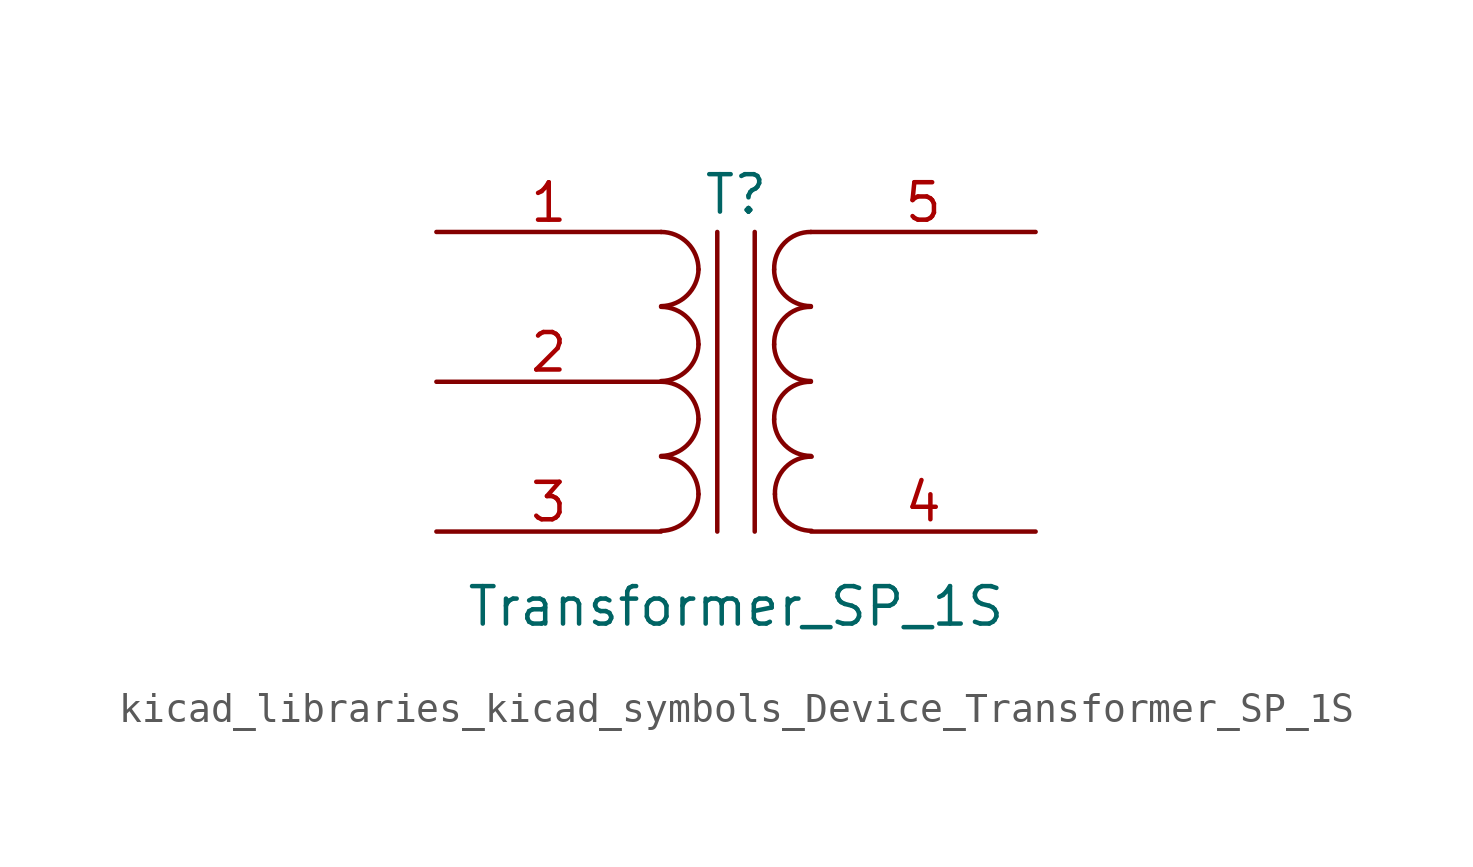
<source format=kicad_sym>
(kicad_symbol_lib
  (version 20220914)
  (generator kicad_symbol_editor)
  (symbol "kicad_libraries_kicad_symbols_Device_Transformer_SP_1S"
    (pin_names
      (offset 1.016) hide)
    (property "Reference" "T"
      (at 0 6.35 0)
      (effects (font (size 1.27 1.27))))
    (property "Value" "Transformer_SP_1S"
      (at 0 -7.62 0)
      (effects (font (size 1.27 1.27))))
    (symbol "kicad_libraries_kicad_symbols_Device_Transformer_SP_1S_0_1"
      (arc (start -2.54 -5.0546) (mid -1.6599 -4.6901) (end -1.27 -3.81) (stroke (width 0) (type default)) (fill (type none)))
      (arc (start -2.54 -2.5146) (mid -1.6599 -2.1501) (end -1.27 -1.27) (stroke (width 0) (type default)) (fill (type none)))
      (arc (start -2.54 0.0254) (mid -1.6599 0.3899) (end -1.27 1.27) (stroke (width 0) (type default)) (fill (type none)))
      (arc (start -2.54 2.5654) (mid -1.6599 2.9299) (end -1.27 3.81) (stroke (width 0) (type default)) (fill (type none)))
      (arc (start -1.27 -3.81) (mid -1.642 -2.912) (end -2.54 -2.54) (stroke (width 0) (type default)) (fill (type none)))
      (arc (start -1.27 -1.27) (mid -1.642 -0.372) (end -2.54 0) (stroke (width 0) (type default)) (fill (type none)))
      (arc (start -1.27 1.27) (mid -1.642 2.168) (end -2.54 2.54) (stroke (width 0) (type default)) (fill (type none)))
      (arc (start -1.27 3.81) (mid -1.642 4.708) (end -2.54 5.08) (stroke (width 0) (type default)) (fill (type none)))
      (polyline (pts (xy -0.635 5.08) (xy -0.635 -5.08)) (stroke (width 0) (type default)) (fill (type none)))
      (polyline (pts (xy 0.635 -5.08) (xy 0.635 5.08)) (stroke (width 0) (type default)) (fill (type none)))
      (arc (start 1.2954 -1.27) (mid 1.6599 -2.1501) (end 2.54 -2.5146) (stroke (width 0) (type default)) (fill (type none)))
      (arc (start 1.2954 1.27) (mid 1.6599 0.3899) (end 2.54 0.0254) (stroke (width 0) (type default)) (fill (type none)))
      (arc (start 1.2954 3.81) (mid 1.6599 2.9299) (end 2.54 2.5654) (stroke (width 0) (type default)) (fill (type none)))
      (arc (start 1.3208 -3.81) (mid 1.6853 -4.6901) (end 2.5654 -5.0546) (stroke (width 0) (type default)) (fill (type none)))
      (arc (start 2.54 0) (mid 1.642 -0.372) (end 1.2954 -1.27) (stroke (width 0) (type default)) (fill (type none)))
      (arc (start 2.54 2.54) (mid 1.642 2.168) (end 1.2954 1.27) (stroke (width 0) (type default)) (fill (type none)))
      (arc (start 2.54 5.08) (mid 1.642 4.708) (end 1.2954 3.81) (stroke (width 0) (type default)) (fill (type none)))
      (arc (start 2.5654 -2.54) (mid 1.6674 -2.912) (end 1.3208 -3.81) (stroke (width 0) (type default)) (fill (type none))))
    (symbol "kicad_libraries_kicad_symbols_Device_Transformer_SP_1S_1_1"
      (pin passive line (at -10.16 5.08 0) (length 7.62) (name "PR1" (effects (font (size 1.27 1.27)))) (number "1" (effects (font (size 1.27 1.27)))))
      (pin passive line (at -10.16 0 0) (length 7.62) (name "PM" (effects (font (size 1.27 1.27)))) (number "2" (effects (font (size 1.27 1.27)))))
      (pin passive line (at -10.16 -5.08 0) (length 7.62) (name "PR2" (effects (font (size 1.27 1.27)))) (number "3" (effects (font (size 1.27 1.27)))))
      (pin passive line (at 10.16 -5.08 180) (length 7.62) (name "S1" (effects (font (size 1.27 1.27)))) (number "4" (effects (font (size 1.27 1.27)))))
      (pin passive line (at 10.16 5.08 180) (length 7.62) (name "S2" (effects (font (size 1.27 1.27)))) (number "5" (effects (font (size 1.27 1.27))))))))
</source>
